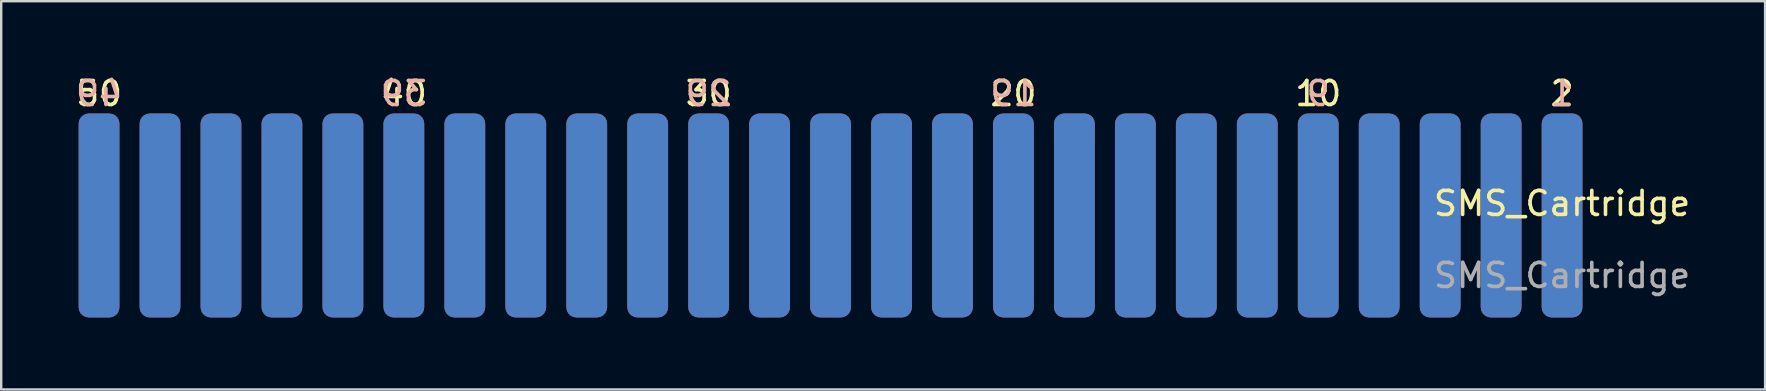
<source format=kicad_pcb>
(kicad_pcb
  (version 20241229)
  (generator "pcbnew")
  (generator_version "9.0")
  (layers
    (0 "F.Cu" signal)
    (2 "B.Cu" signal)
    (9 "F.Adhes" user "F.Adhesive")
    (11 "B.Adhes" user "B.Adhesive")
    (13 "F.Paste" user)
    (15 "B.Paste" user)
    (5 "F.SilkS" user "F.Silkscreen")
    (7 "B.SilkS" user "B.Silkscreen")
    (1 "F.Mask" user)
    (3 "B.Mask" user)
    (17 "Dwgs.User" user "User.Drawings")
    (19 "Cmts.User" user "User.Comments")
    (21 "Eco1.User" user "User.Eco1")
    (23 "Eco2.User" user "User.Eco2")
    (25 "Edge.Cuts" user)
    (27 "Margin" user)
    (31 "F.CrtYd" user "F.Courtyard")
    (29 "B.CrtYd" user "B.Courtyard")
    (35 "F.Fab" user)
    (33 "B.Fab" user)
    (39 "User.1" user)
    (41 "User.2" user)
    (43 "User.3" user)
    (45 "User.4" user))
  (footprint "SMS_Cartridge"
    (layer "F.Cu")
    (at 62.037 5.928)
    (property "Reference" "SMS_Cartridge" (at 0 -0.5 0) (unlocked yes) (layer "F.SilkS") (effects (font (size 1 1) (thickness 0.15))))
    (attr smd)
    (fp_text user "40" (at -48.26 -5.08 0) (unlocked yes) (layer "F.SilkS") (effects (font (size 1 1) (thickness 0.15))))
    (fp_text user "20" (at -22.86 -5.08 0) (unlocked yes) (layer "F.SilkS") (effects (font (size 1 1) (thickness 0.15))))
    (fp_text user "2" (at 0 -5.08 0) (unlocked yes) (layer "F.SilkS") (effects (font (size 1 1) (thickness 0.15))))
    (fp_text user "30" (at -35.56 -5.08 0) (unlocked yes) (layer "F.SilkS") (effects (font (size 1 1) (thickness 0.15))))
    (fp_text user "50" (at -60.96 -5.08 0) (unlocked yes) (layer "F.SilkS") (effects (font (size 1 1) (thickness 0.15))))
    (fp_text user "10" (at -10.16 -5.08 0) (unlocked yes) (layer "F.SilkS") (effects (font (size 1 1) (thickness 0.15))))
    (fp_text user "9" (at -10.16 -5.08 0) (unlocked yes) (layer "B.SilkS") (effects (font (size 1 1) (thickness 0.15)) (justify mirror)))
    (fp_text user "39" (at -48.26 -5.08 0) (unlocked yes) (layer "B.SilkS") (effects (font (size 1 1) (thickness 0.15)) (justify mirror)))
    (fp_text user "19" (at -22.86 -5.08 0) (unlocked yes) (layer "B.SilkS") (effects (font (size 1 1) (thickness 0.15)) (justify mirror)))
    (fp_text user "49" (at -60.96 -5.08 0) (unlocked yes) (layer "B.SilkS") (effects (font (size 1 1) (thickness 0.15)) (justify mirror)))
    (fp_text user "29" (at -35.56 -5.08 0) (unlocked yes) (layer "B.SilkS") (effects (font (size 1 1) (thickness 0.15)) (justify mirror)))
    (fp_text user "1" (at 0 -5.08 0) (unlocked yes) (layer "B.SilkS") (effects (font (size 1 1) (thickness 0.15)) (justify mirror)))
    (fp_text user "${REFERENCE}" (at 0 2.5 0) (unlocked yes) (layer "F.Fab") (effects (font (size 1 1) (thickness 0.15))))
    (pad "1" connect roundrect (at 0 0 180) (size 1.7 8.5) (layers "B.Cu" "B.Mask") (roundrect_rratio 0.25))
    (pad "2" connect roundrect (at 0 0) (size 1.7 8.5) (layers "F.Cu" "F.Mask") (roundrect_rratio 0.25))
    (pad "3" connect roundrect (at -2.54 0 180) (size 1.7 8.5) (layers "B.Cu" "B.Mask") (roundrect_rratio 0.25))
    (pad "4" connect roundrect (at -2.54 0) (size 1.7 8.5) (layers "F.Cu" "F.Mask") (roundrect_rratio 0.25))
    (pad "5" connect roundrect (at -5.08 0 180) (size 1.7 8.5) (layers "B.Cu" "B.Mask") (roundrect_rratio 0.25))
    (pad "6" connect roundrect (at -5.08 0) (size 1.7 8.5) (layers "F.Cu" "F.Mask") (roundrect_rratio 0.25))
    (pad "7" connect roundrect (at -7.62 0 180) (size 1.7 8.5) (layers "B.Cu" "B.Mask") (roundrect_rratio 0.25))
    (pad "8" connect roundrect (at -7.62 0) (size 1.7 8.5) (layers "F.Cu" "F.Mask") (roundrect_rratio 0.25))
    (pad "9" connect roundrect (at -10.16 0 180) (size 1.7 8.5) (layers "B.Cu" "B.Mask") (roundrect_rratio 0.25))
    (pad "10" connect roundrect (at -10.16 0) (size 1.7 8.5) (layers "F.Cu" "F.Mask") (roundrect_rratio 0.25))
    (pad "11" connect roundrect (at -12.7 0 180) (size 1.7 8.5) (layers "B.Cu" "B.Mask") (roundrect_rratio 0.25))
    (pad "12" connect roundrect (at -12.7 0) (size 1.7 8.5) (layers "F.Cu" "F.Mask") (roundrect_rratio 0.25))
    (pad "13" connect roundrect (at -15.24 0 180) (size 1.7 8.5) (layers "B.Cu" "B.Mask") (roundrect_rratio 0.25))
    (pad "14" connect roundrect (at -15.24 0) (size 1.7 8.5) (layers "F.Cu" "F.Mask") (roundrect_rratio 0.25))
    (pad "15" connect roundrect (at -17.78 0 180) (size 1.7 8.5) (layers "B.Cu" "B.Mask") (roundrect_rratio 0.25))
    (pad "16" connect roundrect (at -17.78 0) (size 1.7 8.5) (layers "F.Cu" "F.Mask") (roundrect_rratio 0.25))
    (pad "17" connect roundrect (at -20.32 0 180) (size 1.7 8.5) (layers "B.Cu" "B.Mask") (roundrect_rratio 0.25))
    (pad "18" connect roundrect (at -20.32 0) (size 1.7 8.5) (layers "F.Cu" "F.Mask") (roundrect_rratio 0.25))
    (pad "19" connect roundrect (at -22.86 0 180) (size 1.7 8.5) (layers "B.Cu" "B.Mask") (roundrect_rratio 0.25))
    (pad "20" connect roundrect (at -22.86 0) (size 1.7 8.5) (layers "F.Cu" "F.Mask") (roundrect_rratio 0.25))
    (pad "21" connect roundrect (at -25.4 0 180) (size 1.7 8.5) (layers "B.Cu" "B.Mask") (roundrect_rratio 0.25))
    (pad "22" connect roundrect (at -25.4 0) (size 1.7 8.5) (layers "F.Cu" "F.Mask") (roundrect_rratio 0.25))
    (pad "23" connect roundrect (at -27.94 0 180) (size 1.7 8.5) (layers "B.Cu" "B.Mask") (roundrect_rratio 0.25))
    (pad "24" connect roundrect (at -27.94 0) (size 1.7 8.5) (layers "F.Cu" "F.Mask") (roundrect_rratio 0.25))
    (pad "25" connect roundrect (at -30.48 0 180) (size 1.7 8.5) (layers "B.Cu" "B.Mask") (roundrect_rratio 0.25))
    (pad "26" connect roundrect (at -30.48 0) (size 1.7 8.5) (layers "F.Cu" "F.Mask") (roundrect_rratio 0.25))
    (pad "27" connect roundrect (at -33.02 0 180) (size 1.7 8.5) (layers "B.Cu" "B.Mask") (roundrect_rratio 0.25))
    (pad "28" connect roundrect (at -33.02 0) (size 1.7 8.5) (layers "F.Cu" "F.Mask") (roundrect_rratio 0.25))
    (pad "29" connect roundrect (at -35.56 0 180) (size 1.7 8.5) (layers "B.Cu" "B.Mask") (roundrect_rratio 0.25))
    (pad "30" connect roundrect (at -35.56 0) (size 1.7 8.5) (layers "F.Cu" "F.Mask") (roundrect_rratio 0.25))
    (pad "31" connect roundrect (at -38.1 0 180) (size 1.7 8.5) (layers "B.Cu" "B.Mask") (roundrect_rratio 0.25))
    (pad "32" connect roundrect (at -38.1 0) (size 1.7 8.5) (layers "F.Cu" "F.Mask") (roundrect_rratio 0.25))
    (pad "33" connect roundrect (at -40.64 0 180) (size 1.7 8.5) (layers "B.Cu" "B.Mask") (roundrect_rratio 0.25))
    (pad "34" connect roundrect (at -40.64 0) (size 1.7 8.5) (layers "F.Cu" "F.Mask") (roundrect_rratio 0.25))
    (pad "35" connect roundrect (at -43.18 0 180) (size 1.7 8.5) (layers "B.Cu" "B.Mask") (roundrect_rratio 0.25))
    (pad "36" connect roundrect (at -43.18 0) (size 1.7 8.5) (layers "F.Cu" "F.Mask") (roundrect_rratio 0.25))
    (pad "37" connect roundrect (at -45.72 0 180) (size 1.7 8.5) (layers "B.Cu" "B.Mask") (roundrect_rratio 0.25))
    (pad "38" connect roundrect (at -45.72 0) (size 1.7 8.5) (layers "F.Cu" "F.Mask") (roundrect_rratio 0.25))
    (pad "39" connect roundrect (at -48.26 0 180) (size 1.7 8.5) (layers "B.Cu" "B.Mask") (roundrect_rratio 0.25))
    (pad "40" connect roundrect (at -48.26 0) (size 1.7 8.5) (layers "F.Cu" "F.Mask") (roundrect_rratio 0.25))
    (pad "41" connect roundrect (at -50.8 0 180) (size 1.7 8.5) (layers "B.Cu" "B.Mask") (roundrect_rratio 0.25))
    (pad "42" connect roundrect (at -50.8 0) (size 1.7 8.5) (layers "F.Cu" "F.Mask") (roundrect_rratio 0.25))
    (pad "43" connect roundrect (at -53.34 0 180) (size 1.7 8.5) (layers "B.Cu" "B.Mask") (roundrect_rratio 0.25))
    (pad "44" connect roundrect (at -53.34 0) (size 1.7 8.5) (layers "F.Cu" "F.Mask") (roundrect_rratio 0.25))
    (pad "45" connect roundrect (at -55.88 0 180) (size 1.7 8.5) (layers "B.Cu" "B.Mask") (roundrect_rratio 0.25))
    (pad "46" connect roundrect (at -55.88 0) (size 1.7 8.5) (layers "F.Cu" "F.Mask") (roundrect_rratio 0.25))
    (pad "47" connect roundrect (at -58.42 0 180) (size 1.7 8.5) (layers "B.Cu" "B.Mask") (roundrect_rratio 0.25))
    (pad "48" connect roundrect (at -58.42 0) (size 1.7 8.5) (layers "F.Cu" "F.Mask") (roundrect_rratio 0.25))
    (pad "49" connect roundrect (at -60.96 0 180) (size 1.7 8.5) (layers "B.Cu" "B.Mask") (roundrect_rratio 0.25))
    (pad "50" connect roundrect (at -60.96 0) (size 1.7 8.5) (layers "F.Cu" "F.Mask") (roundrect_rratio 0.25)))
  (gr_rect
    (start -3 -3)
    (end 70.496 13.178)
    (stroke (width 0.1) (type default))
    (fill no)
    (layer "Edge.Cuts")))
</source>
